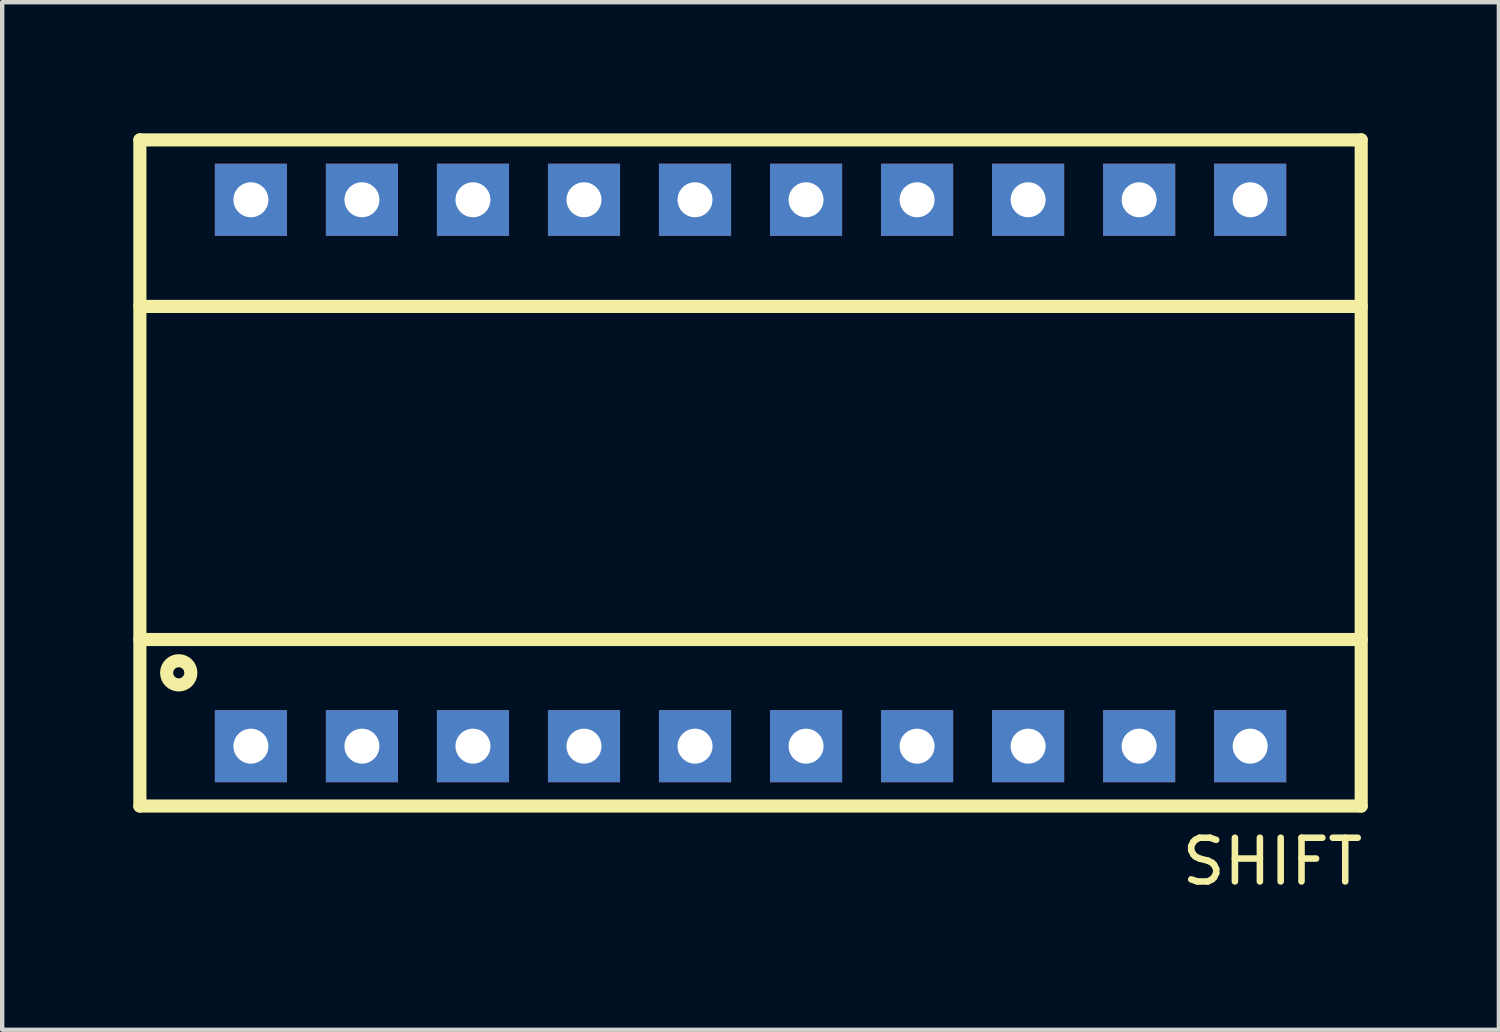
<source format=kicad_pcb>
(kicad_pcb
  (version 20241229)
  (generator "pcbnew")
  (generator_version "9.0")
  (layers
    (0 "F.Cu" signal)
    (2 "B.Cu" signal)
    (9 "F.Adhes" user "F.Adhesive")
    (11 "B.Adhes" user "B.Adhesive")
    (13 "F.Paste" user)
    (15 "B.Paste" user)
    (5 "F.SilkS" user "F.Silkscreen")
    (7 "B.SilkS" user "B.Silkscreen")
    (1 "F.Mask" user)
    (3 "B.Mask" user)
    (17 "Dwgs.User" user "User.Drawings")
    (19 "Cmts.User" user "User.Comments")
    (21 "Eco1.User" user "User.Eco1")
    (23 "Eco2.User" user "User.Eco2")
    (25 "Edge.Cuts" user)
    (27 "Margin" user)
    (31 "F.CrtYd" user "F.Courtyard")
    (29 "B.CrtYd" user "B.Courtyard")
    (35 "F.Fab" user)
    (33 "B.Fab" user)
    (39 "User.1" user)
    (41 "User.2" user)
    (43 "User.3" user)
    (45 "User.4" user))
  (footprint "SHIFT"
    (layer "F.Cu")
    (at 14.12 7.77)
    (property "Reference" "SHIFT" (at 11.938 8.89 0) (layer "F.SilkS") (effects (font (size 1 1) (thickness 0.15))))
    (attr through_hole)
    (fp_line (start -13.97 -7.62) (end 13.97 -7.62) (stroke (width 0.3) (type solid)) (layer "F.SilkS"))
    (fp_line (start -13.97 -3.81) (end 13.97 -3.81) (stroke (width 0.3) (type solid)) (layer "F.SilkS"))
    (fp_line (start -13.97 3.81) (end 13.97 3.81) (stroke (width 0.3) (type solid)) (layer "F.SilkS"))
    (fp_line (start -13.97 7.62) (end -13.97 -7.62) (stroke (width 0.3) (type solid)) (layer "F.SilkS"))
    (fp_line (start 13.97 -7.62) (end 13.97 7.62) (stroke (width 0.3) (type solid)) (layer "F.SilkS"))
    (fp_line (start 13.97 7.62) (end -13.97 7.62) (stroke (width 0.3) (type solid)) (layer "F.SilkS"))
    (fp_circle (center -13.081 4.572) (end -12.954 4.572) (stroke (width 0.3) (type solid)) (fill no) (layer "F.SilkS"))
    (pad "1" thru_hole rect (at -11.43 6.25) (size 1.65 1.65) (drill 0.8) (layers "*.Cu" "*.Mask"))
    (pad "2" thru_hole rect (at -8.89 6.25) (size 1.65 1.65) (drill 0.8) (layers "*.Cu" "*.Mask"))
    (pad "3" thru_hole rect (at -6.35 6.25) (size 1.65 1.65) (drill 0.8) (layers "*.Cu" "*.Mask"))
    (pad "4" thru_hole rect (at -3.81 6.25) (size 1.65 1.65) (drill 0.8) (layers "*.Cu" "*.Mask"))
    (pad "5" thru_hole rect (at -1.27 6.25) (size 1.65 1.65) (drill 0.8) (layers "*.Cu" "*.Mask"))
    (pad "6" thru_hole rect (at 1.27 6.25) (size 1.65 1.65) (drill 0.8) (layers "*.Cu" "*.Mask"))
    (pad "7" thru_hole rect (at 3.81 6.25) (size 1.65 1.65) (drill 0.8) (layers "*.Cu" "*.Mask"))
    (pad "8" thru_hole rect (at 6.35 6.25) (size 1.65 1.65) (drill 0.8) (layers "*.Cu" "*.Mask"))
    (pad "9" thru_hole rect (at 8.89 6.25) (size 1.65 1.65) (drill 0.8) (layers "*.Cu" "*.Mask"))
    (pad "10" thru_hole rect (at 11.43 6.25) (size 1.65 1.65) (drill 0.8) (layers "*.Cu" "*.Mask"))
    (pad "11" thru_hole rect (at 11.43 -6.25) (size 1.65 1.65) (drill 0.8) (layers "*.Cu" "*.Mask"))
    (pad "12" thru_hole rect (at 8.89 -6.25) (size 1.65 1.65) (drill 0.8) (layers "*.Cu" "*.Mask"))
    (pad "13" thru_hole rect (at 6.35 -6.25) (size 1.65 1.65) (drill 0.8) (layers "*.Cu" "*.Mask"))
    (pad "14" thru_hole rect (at 3.81 -6.25) (size 1.65 1.65) (drill 0.8) (layers "*.Cu" "*.Mask"))
    (pad "15" thru_hole rect (at 1.27 -6.25) (size 1.65 1.65) (drill 0.8) (layers "*.Cu" "*.Mask"))
    (pad "16" thru_hole rect (at -1.27 -6.25) (size 1.65 1.65) (drill 0.8) (layers "*.Cu" "*.Mask"))
    (pad "17" thru_hole rect (at -3.81 -6.25) (size 1.65 1.65) (drill 0.8) (layers "*.Cu" "*.Mask"))
    (pad "18" thru_hole rect (at -6.35 -6.25) (size 1.65 1.65) (drill 0.8) (layers "*.Cu" "*.Mask"))
    (pad "19" thru_hole rect (at -8.89 -6.25) (size 1.65 1.65) (drill 0.8) (layers "*.Cu" "*.Mask"))
    (pad "20" thru_hole rect (at -11.43 -6.25) (size 1.65 1.65) (drill 0.8) (layers "*.Cu" "*.Mask")))
  (gr_rect
    (start -3 -3)
    (end 31.24 20.508)
    (stroke (width 0.1) (type default))
    (fill no)
    (layer "Edge.Cuts")))
</source>
